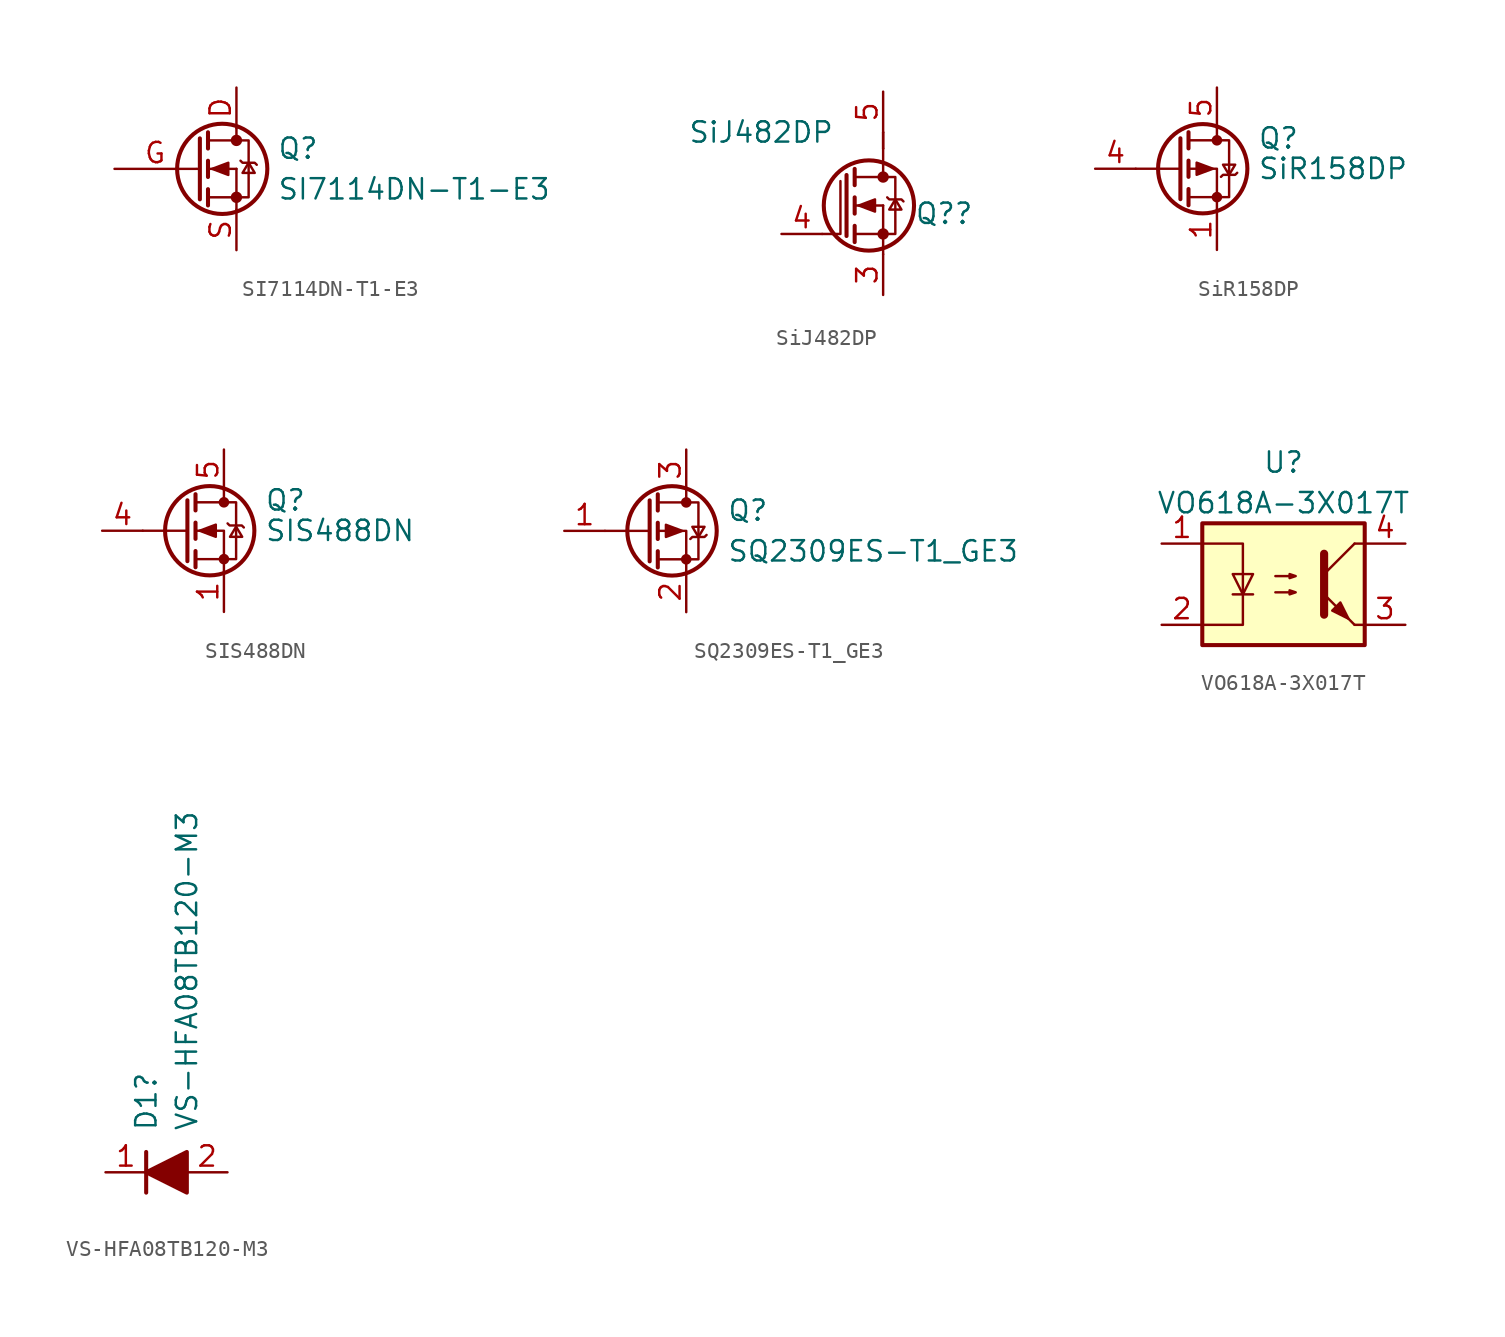
<source format=kicad_sym>
(kicad_symbol_lib
  (version 20220914)
  (generator kicad_symbol_editor)
  (symbol "SI7114DN-T1-E3"
    (pin_names
      (offset 0) hide)
    (property "Reference" "Q"
      (at 5.08 1.27 0)
      (effects (font (size 1.27 1.27)) (justify left)))
    (property "Value" "SI7114DN-T1-E3"
      (at 5.08 -1.27 0)
      (effects (font (size 1.27 1.27)) (justify left)))
    (symbol "SI7114DN-T1-E3_0_1"
      (polyline (pts (xy 0.051 0) (xy 0.254 0)) (stroke (width 0) (type default)) (fill (type none)))
      (polyline (pts (xy 0.762 -1.778) (xy 2.54 -1.778)) (stroke (width 0) (type default)) (fill (type none)))
      (polyline (pts (xy 0.762 -1.27) (xy 0.762 -2.286)) (stroke (width 0.254) (type default)) (fill (type none)))
      (polyline (pts (xy 0.762 0) (xy 2.54 0)) (stroke (width 0) (type default)) (fill (type none)))
      (polyline (pts (xy 0.762 0.508) (xy 0.762 -0.508)) (stroke (width 0.254) (type default)) (fill (type none)))
      (polyline (pts (xy 0.762 1.778) (xy 2.54 1.778)) (stroke (width 0) (type default)) (fill (type none)))
      (polyline (pts (xy 0.762 2.286) (xy 0.762 1.27)) (stroke (width 0.254) (type default)) (fill (type none)))
      (polyline (pts (xy 2.54 -1.778) (xy 2.54 -2.54)) (stroke (width 0) (type default)) (fill (type none)))
      (polyline (pts (xy 2.54 -1.778) (xy 2.54 0)) (stroke (width 0) (type default)) (fill (type none)))
      (polyline (pts (xy 2.54 2.54) (xy 2.54 1.778)) (stroke (width 0) (type default)) (fill (type none)))
      (polyline (pts (xy 0.254 1.905) (xy 0.254 -1.905) (xy 0.254 -1.905)) (stroke (width 0.254) (type default)) (fill (type none)))
      (polyline (pts (xy 1.016 0) (xy 2.032 0.381) (xy 2.032 -0.381) (xy 1.016 0)) (stroke (width 0) (type default)) (fill (type outline)))
      (polyline (pts (xy 2.54 -1.778) (xy 3.302 -1.778) (xy 3.302 1.778) (xy 2.54 1.778)) (stroke (width 0) (type default)) (fill (type none)))
      (polyline (pts (xy 2.794 0.508) (xy 2.921 0.381) (xy 3.683 0.381) (xy 3.81 0.254)) (stroke (width 0) (type default)) (fill (type none)))
      (polyline (pts (xy 3.302 0.381) (xy 2.921 -0.254) (xy 3.683 -0.254) (xy 3.302 0.381)) (stroke (width 0) (type default)) (fill (type none)))
      (circle (center 1.651 0) (radius 2.819) (stroke (width 0.254) (type default)) (fill (type none)))
      (circle (center 2.54 -1.778) (radius 0.279) (stroke (width 0) (type default)) (fill (type outline)))
      (circle (center 2.54 1.778) (radius 0.279) (stroke (width 0) (type default)) (fill (type outline))))
    (symbol "SI7114DN-T1-E3_1_1"
      (pin passive line (at 2.54 5.08 270) (length 2.54) (name "D" (effects (font (size 1.27 1.27)))) (number "D" (effects (font (size 1.27 1.27)))))
      (pin input line (at -5.08 0 0) (length 5.08) (name "G" (effects (font (size 1.27 1.27)))) (number "G" (effects (font (size 1.27 1.27)))))
      (pin passive line (at 2.54 -5.08 90) (length 2.54) (name "S" (effects (font (size 1.27 1.27)))) (number "S" (effects (font (size 1.27 1.27)))))))
  (symbol "SiJ482DP"
    (pin_names
      (offset 1.016) hide)
    (property "Reference" "Q?"
      (at 3.81 0 0)
      (effects (font (size 1.27 1.27))))
    (property "Value" "SiJ482DP"
      (at -7.62 5.08 0)
      (effects (font (size 1.27 1.27))))
    (symbol "SiJ482DP_1_1"
      (circle (center -0.889 0.508) (radius 2.819) (stroke (width 0.254) (type default)) (fill (type none)))
      (circle (center 0 -1.27) (radius 0.279) (stroke (width 0) (type default)) (fill (type outline)))
      (polyline (pts (xy -1.778 -1.27) (xy 0 -1.27)) (stroke (width 0) (type default)) (fill (type none)))
      (polyline (pts (xy -1.778 -0.762) (xy -1.778 -1.778)) (stroke (width 0.254) (type default)) (fill (type none)))
      (polyline (pts (xy -1.778 0.508) (xy 0 0.508)) (stroke (width 0) (type default)) (fill (type none)))
      (polyline (pts (xy -1.778 1.016) (xy -1.778 0)) (stroke (width 0.254) (type default)) (fill (type none)))
      (polyline (pts (xy -1.778 2.286) (xy 0 2.286)) (stroke (width 0) (type default)) (fill (type none)))
      (polyline (pts (xy -1.778 2.794) (xy -1.778 1.778)) (stroke (width 0.254) (type default)) (fill (type none)))
      (polyline (pts (xy 0 -2.54) (xy 0 -2.032)) (stroke (width 0) (type default)) (fill (type none)))
      (polyline (pts (xy 0 -1.27) (xy 0 -2.032)) (stroke (width 0) (type default)) (fill (type none)))
      (polyline (pts (xy 0 -1.27) (xy 0 0.508)) (stroke (width 0) (type default)) (fill (type none)))
      (polyline (pts (xy 0 3.048) (xy 0 2.286)) (stroke (width 0) (type default)) (fill (type none)))
      (polyline (pts (xy 0 3.048) (xy 0 4.064)) (stroke (width 0) (type default)) (fill (type none)))
      (polyline (pts (xy -3.81 -1.27) (xy -2.667 -1.27) (xy -2.667 2.032)) (stroke (width 0) (type default)) (fill (type none)))
      (polyline (pts (xy -2.286 2.413) (xy -2.286 -1.397) (xy -2.286 -1.397)) (stroke (width 0.254) (type default)) (fill (type none)))
      (polyline (pts (xy -1.524 0.508) (xy -0.508 0.889) (xy -0.508 0.127) (xy -1.524 0.508)) (stroke (width 0) (type default)) (fill (type outline)))
      (polyline (pts (xy 0 -1.27) (xy 0.762 -1.27) (xy 0.762 2.286) (xy 0 2.286)) (stroke (width 0) (type default)) (fill (type none)))
      (polyline (pts (xy 0.254 1.016) (xy 0.381 0.889) (xy 1.143 0.889) (xy 1.27 0.762)) (stroke (width 0) (type default)) (fill (type none)))
      (polyline (pts (xy 0.762 0.889) (xy 0.381 0.254) (xy 1.143 0.254) (xy 0.762 0.889)) (stroke (width 0) (type default)) (fill (type none)))
      (circle (center 0 2.286) (radius 0.279) (stroke (width 0) (type default)) (fill (type outline)))
      (rectangle (start 0 5.08) (end 0 4.064) (stroke (width 0) (type default)) (fill (type none)))
      (rectangle (start 0 5.08) (end 0 4.064) (stroke (width 0) (type default)) (fill (type none)))
      (pin passive line (at 0 -5.08 90) (length 2.54) hide (name "S" (effects (font (size 1.27 1.27)))) (number "1" (effects (font (size 1.27 1.27)))))
      (pin passive line (at 0 -5.08 90) (length 2.54) hide (name "S" (effects (font (size 1.27 1.27)))) (number "2" (effects (font (size 1.27 1.27)))))
      (pin passive line (at 0 -5.08 90) (length 2.54) (name "S" (effects (font (size 1.27 1.27)))) (number "3" (effects (font (size 1.27 1.27)))))
      (pin passive line (at -6.35 -1.27 0) (length 2.54) (name "G" (effects (font (size 1.27 1.27)))) (number "4" (effects (font (size 1.27 1.27)))))
      (pin passive line (at 0 7.62 270) (length 2.54) (name "D" (effects (font (size 1.27 1.27)))) (number "5" (effects (font (size 1.27 1.27)))))))
  (symbol "SiR158DP"
    (pin_names hide)
    (property "Reference" "Q"
      (at 5.08 1.905 0)
      (effects (font (size 1.27 1.27)) (justify left)))
    (property "Value" "SiR158DP"
      (at 5.08 0 0)
      (effects (font (size 1.27 1.27)) (justify left)))
    (symbol "SiR158DP_0_1"
      (polyline (pts (xy 0.254 0) (xy -2.54 0)) (stroke (width 0) (type default)) (fill (type none)))
      (polyline (pts (xy 0.254 1.905) (xy 0.254 -1.905)) (stroke (width 0.254) (type default)) (fill (type none)))
      (polyline (pts (xy 0.762 -1.27) (xy 0.762 -2.286)) (stroke (width 0.254) (type default)) (fill (type none)))
      (polyline (pts (xy 0.762 0.508) (xy 0.762 -0.508)) (stroke (width 0.254) (type default)) (fill (type none)))
      (polyline (pts (xy 0.762 2.286) (xy 0.762 1.27)) (stroke (width 0.254) (type default)) (fill (type none)))
      (polyline (pts (xy 2.54 2.54) (xy 2.54 1.778)) (stroke (width 0) (type default)) (fill (type none)))
      (polyline (pts (xy 2.54 -2.54) (xy 2.54 0) (xy 0.762 0)) (stroke (width 0) (type default)) (fill (type none)))
      (polyline (pts (xy 0.762 1.778) (xy 3.302 1.778) (xy 3.302 -1.778) (xy 0.762 -1.778)) (stroke (width 0) (type default)) (fill (type none)))
      (polyline (pts (xy 2.286 0) (xy 1.27 0.381) (xy 1.27 -0.381) (xy 2.286 0)) (stroke (width 0) (type default)) (fill (type outline)))
      (polyline (pts (xy 2.794 -0.508) (xy 2.921 -0.381) (xy 3.683 -0.381) (xy 3.81 -0.254)) (stroke (width 0) (type default)) (fill (type none)))
      (polyline (pts (xy 3.302 -0.381) (xy 2.921 0.254) (xy 3.683 0.254) (xy 3.302 -0.381)) (stroke (width 0) (type default)) (fill (type none)))
      (circle (center 1.651 0) (radius 2.794) (stroke (width 0.254) (type default)) (fill (type none)))
      (circle (center 2.54 -1.778) (radius 0.254) (stroke (width 0) (type default)) (fill (type outline)))
      (circle (center 2.54 1.778) (radius 0.254) (stroke (width 0) (type default)) (fill (type outline))))
    (symbol "SiR158DP_1_1"
      (pin passive line (at 2.54 -5.08 90) (length 2.54) (name "S" (effects (font (size 1.27 1.27)))) (number "1" (effects (font (size 1.27 1.27)))))
      (pin passive line (at 2.54 -5.08 90) (length 2.54) hide (name "S" (effects (font (size 1.27 1.27)))) (number "2" (effects (font (size 1.27 1.27)))))
      (pin passive line (at 2.54 -5.08 90) (length 2.54) hide (name "S" (effects (font (size 1.27 1.27)))) (number "3" (effects (font (size 1.27 1.27)))))
      (pin input line (at -5.08 0 0) (length 2.54) (name "G" (effects (font (size 1.27 1.27)))) (number "4" (effects (font (size 1.27 1.27)))))
      (pin passive line (at 2.54 5.08 270) (length 2.54) (name "D" (effects (font (size 1.27 1.27)))) (number "5" (effects (font (size 1.27 1.27)))))))
  (symbol "SIS488DN"
    (pin_names hide)
    (property "Reference" "Q"
      (at 5.08 1.905 0)
      (effects (font (size 1.27 1.27)) (justify left)))
    (property "Value" "SIS488DN"
      (at 5.08 0 0)
      (effects (font (size 1.27 1.27)) (justify left)))
    (symbol "SIS488DN_0_1"
      (polyline (pts (xy 0.254 0) (xy -2.54 0)) (stroke (width 0) (type default)) (fill (type none)))
      (polyline (pts (xy 0.254 1.905) (xy 0.254 -1.905)) (stroke (width 0.254) (type default)) (fill (type none)))
      (polyline (pts (xy 0.762 -1.27) (xy 0.762 -2.286)) (stroke (width 0.254) (type default)) (fill (type none)))
      (polyline (pts (xy 0.762 0.508) (xy 0.762 -0.508)) (stroke (width 0.254) (type default)) (fill (type none)))
      (polyline (pts (xy 0.762 2.286) (xy 0.762 1.27)) (stroke (width 0.254) (type default)) (fill (type none)))
      (polyline (pts (xy 2.54 2.54) (xy 2.54 1.778)) (stroke (width 0) (type default)) (fill (type none)))
      (polyline (pts (xy 2.54 -2.54) (xy 2.54 0) (xy 0.762 0)) (stroke (width 0) (type default)) (fill (type none)))
      (polyline (pts (xy 0.762 1.778) (xy 3.302 1.778) (xy 3.302 -1.778) (xy 0.762 -1.778)) (stroke (width 0) (type default)) (fill (type none)))
      (polyline (pts (xy 1.016 0) (xy 2.032 0.381) (xy 2.032 -0.381) (xy 1.016 0)) (stroke (width 0) (type default)) (fill (type outline)))
      (polyline (pts (xy 2.769 0.457) (xy 2.896 0.33) (xy 3.658 0.33) (xy 3.785 0.203)) (stroke (width 0) (type default)) (fill (type none)))
      (polyline (pts (xy 3.302 0.254) (xy 3.683 -0.381) (xy 2.921 -0.381) (xy 3.302 0.254)) (stroke (width 0) (type default)) (fill (type none)))
      (circle (center 1.651 0) (radius 2.794) (stroke (width 0.254) (type default)) (fill (type none)))
      (circle (center 2.54 -1.778) (radius 0.254) (stroke (width 0) (type default)) (fill (type outline)))
      (circle (center 2.54 1.778) (radius 0.254) (stroke (width 0) (type default)) (fill (type outline))))
    (symbol "SIS488DN_1_1"
      (pin passive line (at 2.54 -5.08 90) (length 2.54) (name "S" (effects (font (size 1.27 1.27)))) (number "1" (effects (font (size 1.27 1.27)))))
      (pin passive line (at 2.54 -5.08 90) (length 2.54) hide (name "S" (effects (font (size 1.27 1.27)))) (number "2" (effects (font (size 1.27 1.27)))))
      (pin passive line (at 2.54 -5.08 90) (length 2.54) hide (name "S" (effects (font (size 1.27 1.27)))) (number "3" (effects (font (size 1.27 1.27)))))
      (pin passive line (at -5.08 0 0) (length 2.54) (name "G" (effects (font (size 1.27 1.27)))) (number "4" (effects (font (size 1.27 1.27)))))
      (pin passive line (at 2.54 5.08 270) (length 2.54) (name "D" (effects (font (size 1.27 1.27)))) (number "5" (effects (font (size 1.27 1.27)))))))
  (symbol "SQ2309ES-T1_GE3"
    (pin_names
      (offset 0) hide)
    (property "Reference" "Q"
      (at 5.08 1.27 0)
      (effects (font (size 1.27 1.27)) (justify left)))
    (property "Value" "SQ2309ES-T1_GE3"
      (at 5.08 -1.27 0)
      (effects (font (size 1.27 1.27)) (justify left)))
    (symbol "SQ2309ES-T1_GE3_0_1"
      (polyline (pts (xy 0.254 0) (xy -2.54 0)) (stroke (width 0) (type default)) (fill (type none)))
      (polyline (pts (xy 0.254 1.905) (xy 0.254 -1.905)) (stroke (width 0.254) (type default)) (fill (type none)))
      (polyline (pts (xy 0.762 -1.27) (xy 0.762 -2.286)) (stroke (width 0.254) (type default)) (fill (type none)))
      (polyline (pts (xy 0.762 0.508) (xy 0.762 -0.508)) (stroke (width 0.254) (type default)) (fill (type none)))
      (polyline (pts (xy 0.762 2.286) (xy 0.762 1.27)) (stroke (width 0.254) (type default)) (fill (type none)))
      (polyline (pts (xy 2.54 2.54) (xy 2.54 1.778)) (stroke (width 0) (type default)) (fill (type none)))
      (polyline (pts (xy 2.54 -2.54) (xy 2.54 0) (xy 0.762 0)) (stroke (width 0) (type default)) (fill (type none)))
      (polyline (pts (xy 0.762 1.778) (xy 3.302 1.778) (xy 3.302 -1.778) (xy 0.762 -1.778)) (stroke (width 0) (type default)) (fill (type none)))
      (polyline (pts (xy 2.286 0) (xy 1.27 0.381) (xy 1.27 -0.381) (xy 2.286 0)) (stroke (width 0) (type default)) (fill (type outline)))
      (polyline (pts (xy 2.794 -0.508) (xy 2.921 -0.381) (xy 3.683 -0.381) (xy 3.81 -0.254)) (stroke (width 0) (type default)) (fill (type none)))
      (polyline (pts (xy 3.302 -0.381) (xy 2.921 0.254) (xy 3.683 0.254) (xy 3.302 -0.381)) (stroke (width 0) (type default)) (fill (type none)))
      (circle (center 1.651 0) (radius 2.794) (stroke (width 0.254) (type default)) (fill (type none)))
      (circle (center 2.54 -1.778) (radius 0.254) (stroke (width 0) (type default)) (fill (type outline)))
      (circle (center 2.54 1.778) (radius 0.254) (stroke (width 0) (type default)) (fill (type outline))))
    (symbol "SQ2309ES-T1_GE3_1_1"
      (pin input line (at -5.08 0 0) (length 2.54) (name "G" (effects (font (size 1.27 1.27)))) (number "1" (effects (font (size 1.27 1.27)))))
      (pin passive line (at 2.54 -5.08 90) (length 2.54) (name "S" (effects (font (size 1.27 1.27)))) (number "2" (effects (font (size 1.27 1.27)))))
      (pin passive line (at 2.54 5.08 270) (length 2.54) (name "D" (effects (font (size 1.27 1.27)))) (number "3" (effects (font (size 1.27 1.27)))))))
  (symbol "VO618A-3X017T"
    (pin_names
      (offset 0.762))
    (property "Reference" "U"
      (at 0 7.62 0)
      (effects (font (size 1.27 1.27))))
    (property "Value" "VO618A-3X017T"
      (at 0 5.08 0)
      (effects (font (size 1.27 1.27))))
    (symbol "VO618A-3X017T_0_1"
      (rectangle (start -5.08 3.81) (end 5.08 -3.81) (stroke (width 0.254) (type default)) (fill (type background)))
      (polyline (pts (xy -3.175 -0.635) (xy -1.905 -0.635)) (stroke (width 0) (type default)) (fill (type none)))
      (polyline (pts (xy 2.54 0.635) (xy 4.445 2.54)) (stroke (width 0) (type default)) (fill (type none)))
      (polyline (pts (xy 4.445 -2.54) (xy 2.54 -0.635)) (stroke (width 0) (type default)) (fill (type outline)))
      (polyline (pts (xy 4.445 -2.54) (xy 5.08 -2.54)) (stroke (width 0) (type default)) (fill (type none)))
      (polyline (pts (xy 4.445 2.54) (xy 5.08 2.54)) (stroke (width 0) (type default)) (fill (type none)))
      (polyline (pts (xy 2.54 1.905) (xy 2.54 -1.905) (xy 2.54 -1.905)) (stroke (width 0.508) (type default)) (fill (type none)))
      (polyline (pts (xy -5.08 2.54) (xy -2.54 2.54) (xy -2.54 -2.54) (xy -5.08 -2.54)) (stroke (width 0) (type default)) (fill (type none)))
      (polyline (pts (xy -2.54 -0.635) (xy -3.175 0.635) (xy -1.905 0.635) (xy -2.54 -0.635)) (stroke (width 0) (type default)) (fill (type none)))
      (polyline (pts (xy -0.508 -0.508) (xy 0.762 -0.508) (xy 0.381 -0.635) (xy 0.381 -0.381) (xy 0.762 -0.508)) (stroke (width 0) (type default)) (fill (type none)))
      (polyline (pts (xy -0.508 0.508) (xy 0.762 0.508) (xy 0.381 0.381) (xy 0.381 0.635) (xy 0.762 0.508)) (stroke (width 0) (type default)) (fill (type none)))
      (polyline (pts (xy 3.048 -1.651) (xy 3.556 -1.143) (xy 4.064 -2.159) (xy 3.048 -1.651) (xy 3.048 -1.651)) (stroke (width 0) (type default)) (fill (type outline))))
    (symbol "VO618A-3X017T_1_1"
      (pin passive line (at -7.62 2.54 0) (length 2.54) (name "~" (effects (font (size 1.27 1.27)))) (number "1" (effects (font (size 1.27 1.27)))))
      (pin passive line (at -7.62 -2.54 0) (length 2.54) (name "~" (effects (font (size 1.27 1.27)))) (number "2" (effects (font (size 1.27 1.27)))))
      (pin passive line (at 7.62 -2.54 180) (length 2.54) (name "~" (effects (font (size 1.27 1.27)))) (number "3" (effects (font (size 1.27 1.27)))))
      (pin passive line (at 7.62 2.54 180) (length 2.54) (name "~" (effects (font (size 1.27 1.27)))) (number "4" (effects (font (size 1.27 1.27)))))))
  (symbol "VS-HFA08TB120-M3"
    (pin_names
      (offset 1.016) hide)
    (property "Reference" "D1"
      (at -1.27 2.54 90)
      (effects (font (size 1.27 1.27)) (justify left)))
    (property "Value" "VS-HFA08TB120-M3"
      (at 1.27 2.54 90)
      (effects (font (size 1.27 1.27)) (justify left)))
    (symbol "VS-HFA08TB120-M3_0_1"
      (polyline (pts (xy -1.27 1.27) (xy -1.27 -1.27)) (stroke (width 0.254) (type default)) (fill (type none)))
      (polyline (pts (xy 1.27 0) (xy -1.27 0)) (stroke (width 0) (type default)) (fill (type none)))
      (polyline (pts (xy 1.27 1.27) (xy 1.27 -1.27) (xy -1.27 0) (xy 1.27 1.27)) (stroke (width 0.254) (type default)) (fill (type outline))))
    (symbol "VS-HFA08TB120-M3_1_1"
      (pin passive line (at -3.81 0 0) (length 2.54) (name "K" (effects (font (size 1.27 1.27)))) (number "1" (effects (font (size 1.27 1.27)))))
      (pin passive line (at 3.81 0 180) (length 2.54) (name "A" (effects (font (size 1.27 1.27)))) (number "2" (effects (font (size 1.27 1.27))))))))
</source>
